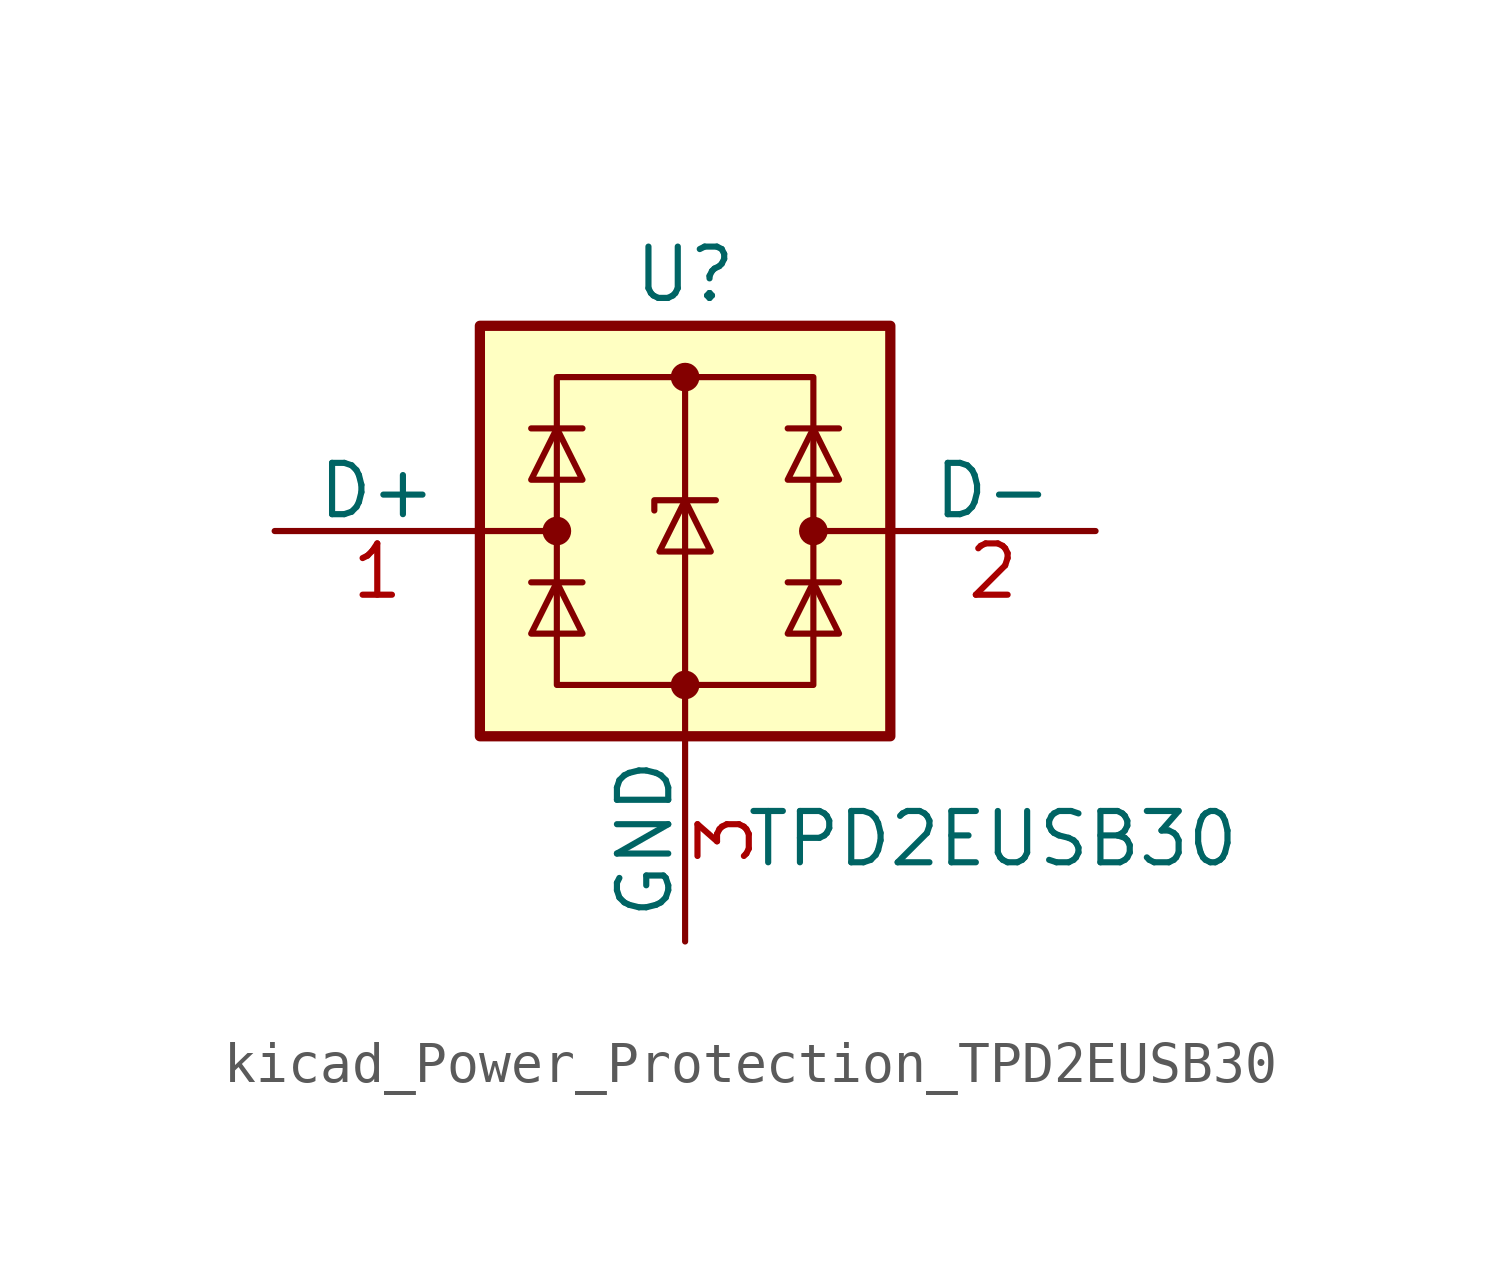
<source format=kicad_sym>
(kicad_symbol_lib
  (version 20220914)
  (generator kicad_symbol_editor)
  (symbol "kicad_Power_Protection_TPD2EUSB30"
    (pin_names
      (offset 0))
    (property "Reference" "U"
      (at 0 6.35 0)
      (effects (font (size 1.27 1.27))))
    (property "Value" "TPD2EUSB30"
      (at 7.62 -7.62 0)
      (effects (font (size 1.27 1.27))))
    (symbol "kicad_Power_Protection_TPD2EUSB30_0_1"
      (rectangle (start -5.08 5.08) (end 5.08 -5.08) (stroke (width 0.254) (type default)) (fill (type background)))
      (circle (center -3.175 0) (radius 0.279) (stroke (width 0) (type default)) (fill (type outline)))
      (rectangle (start -3.175 3.81) (end 3.175 -3.81) (stroke (width 0) (type default)) (fill (type none)))
      (circle (center 0 -3.81) (radius 0.279) (stroke (width 0) (type default)) (fill (type outline)))
      (polyline (pts (xy -5.08 0) (xy -3.175 0)) (stroke (width 0) (type default)) (fill (type none)))
      (polyline (pts (xy -3.81 -1.27) (xy -2.54 -1.27)) (stroke (width 0) (type default)) (fill (type none)))
      (polyline (pts (xy -3.81 2.54) (xy -2.54 2.54)) (stroke (width 0) (type default)) (fill (type none)))
      (polyline (pts (xy 0 3.81) (xy 0 -5.08)) (stroke (width 0) (type default)) (fill (type none)))
      (polyline (pts (xy 2.54 -1.27) (xy 3.81 -1.27)) (stroke (width 0) (type default)) (fill (type none)))
      (polyline (pts (xy 2.54 2.54) (xy 3.81 2.54)) (stroke (width 0) (type default)) (fill (type none)))
      (polyline (pts (xy 5.08 0) (xy 3.175 0)) (stroke (width 0) (type default)) (fill (type none)))
      (polyline (pts (xy 0.762 0.762) (xy -0.762 0.762) (xy -0.762 0.508)) (stroke (width 0) (type default)) (fill (type none)))
      (polyline (pts (xy -2.54 -2.54) (xy -3.81 -2.54) (xy -3.175 -1.27) (xy -2.54 -2.54)) (stroke (width 0) (type default)) (fill (type none)))
      (polyline (pts (xy -2.54 1.27) (xy -3.81 1.27) (xy -3.175 2.54) (xy -2.54 1.27)) (stroke (width 0) (type default)) (fill (type none)))
      (polyline (pts (xy 0.635 -0.508) (xy -0.635 -0.508) (xy 0 0.762) (xy 0.635 -0.508)) (stroke (width 0) (type default)) (fill (type none)))
      (polyline (pts (xy 3.81 -2.54) (xy 2.54 -2.54) (xy 3.175 -1.27) (xy 3.81 -2.54)) (stroke (width 0) (type default)) (fill (type none)))
      (polyline (pts (xy 3.81 1.27) (xy 2.54 1.27) (xy 3.175 2.54) (xy 3.81 1.27)) (stroke (width 0) (type default)) (fill (type none)))
      (circle (center 0 3.81) (radius 0.279) (stroke (width 0) (type default)) (fill (type outline)))
      (circle (center 3.175 0) (radius 0.279) (stroke (width 0) (type default)) (fill (type outline))))
    (symbol "kicad_Power_Protection_TPD2EUSB30_1_1"
      (pin passive line (at -10.16 0 0) (length 5.08) (name "D+" (effects (font (size 1.27 1.27)))) (number "1" (effects (font (size 1.27 1.27)))))
      (pin passive line (at 10.16 0 180) (length 5.08) (name "D-" (effects (font (size 1.27 1.27)))) (number "2" (effects (font (size 1.27 1.27)))))
      (pin passive line (at 0 -10.16 90) (length 5.08) (name "GND" (effects (font (size 1.27 1.27)))) (number "3" (effects (font (size 1.27 1.27))))))))
</source>
